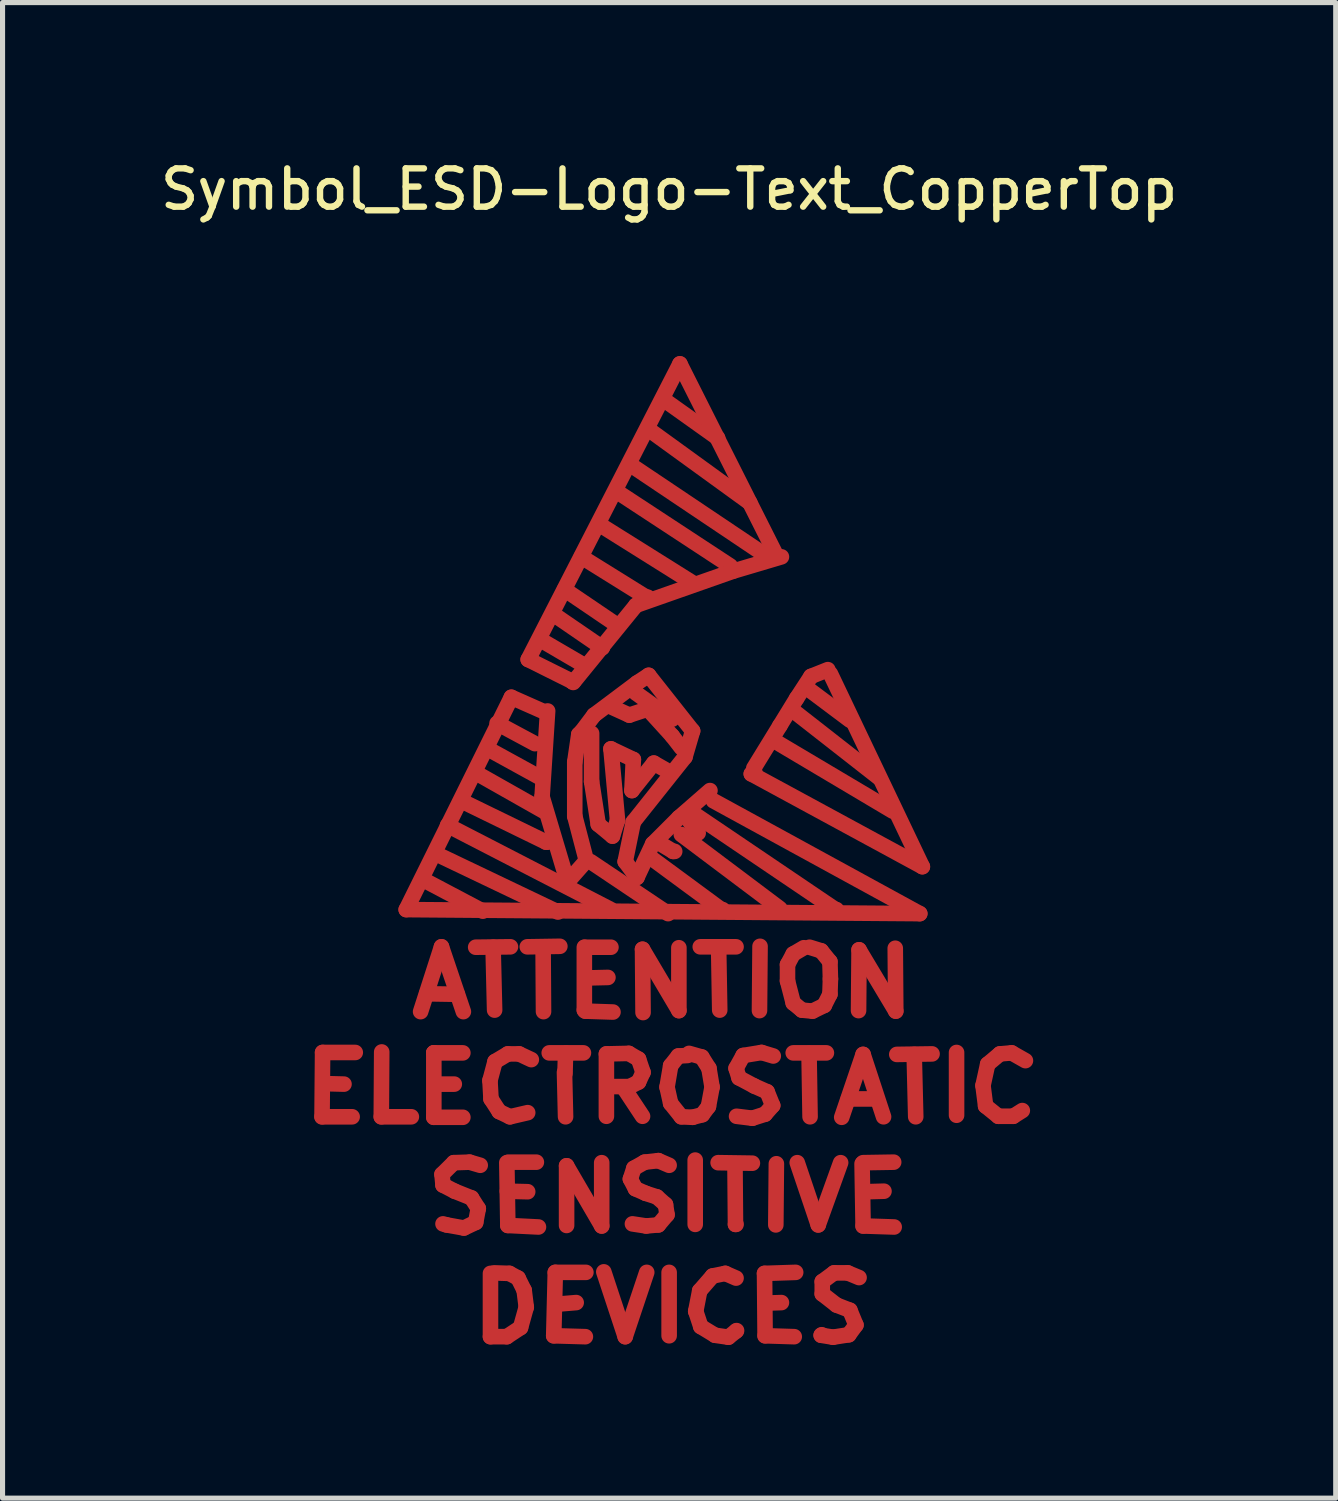
<source format=kicad_pcb>
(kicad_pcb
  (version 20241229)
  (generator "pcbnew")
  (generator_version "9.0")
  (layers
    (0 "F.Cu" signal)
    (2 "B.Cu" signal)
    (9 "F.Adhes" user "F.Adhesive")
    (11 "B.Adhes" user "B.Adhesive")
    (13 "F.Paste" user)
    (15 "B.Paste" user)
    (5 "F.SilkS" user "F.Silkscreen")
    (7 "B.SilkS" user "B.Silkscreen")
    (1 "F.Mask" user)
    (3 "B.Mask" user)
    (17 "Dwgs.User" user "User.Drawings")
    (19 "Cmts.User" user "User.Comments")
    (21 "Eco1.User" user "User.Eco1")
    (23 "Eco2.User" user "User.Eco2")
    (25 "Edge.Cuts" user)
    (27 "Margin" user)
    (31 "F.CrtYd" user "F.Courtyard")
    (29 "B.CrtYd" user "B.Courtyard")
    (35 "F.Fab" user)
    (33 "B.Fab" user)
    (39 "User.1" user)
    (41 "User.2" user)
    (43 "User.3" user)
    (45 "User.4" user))
  (footprint "Symbol_ESD-Logo-Text_CopperTop"
    (layer "F.Cu")
    (at 10.059 11.458)
    (property "Reference" "Symbol_ESD-Logo-Text_CopperTop" (at 0 -10.8 0) (layer "F.SilkS") (effects (font (size 0.75 0.75) (thickness 0.125))))
    (attr exclude_from_pos_files exclude_from_bom allow_missing_courtyard)
    (fp_line (start -6.8 7.371) (end -6.21 7.371) (stroke (width 0.305) (type solid)) (layer "F.Cu"))
    (fp_line (start -6.789 6.111) (end -6.8 7.371) (stroke (width 0.305) (type solid)) (layer "F.Cu"))
    (fp_line (start -6.37 6.731) (end -6.749 6.721) (stroke (width 0.305) (type solid)) (layer "F.Cu"))
    (fp_line (start -6.149 6.111) (end -6.789 6.111) (stroke (width 0.305) (type solid)) (layer "F.Cu"))
    (fp_line (start -5.639 7.371) (end -5.05 7.371) (stroke (width 0.305) (type solid)) (layer "F.Cu"))
    (fp_line (start -5.631 6.101) (end -5.639 7.371) (stroke (width 0.305) (type solid)) (layer "F.Cu"))
    (fp_line (start -5.151 3.312) (end 4.91 3.391) (stroke (width 0.305) (type solid)) (layer "F.Cu"))
    (fp_line (start -4.869 5.311) (end -4.46 4.041) (stroke (width 0.305) (type solid)) (layer "F.Cu"))
    (fp_line (start -4.77 2.751) (end -3.65 3.343) (stroke (width 0.305) (type solid)) (layer "F.Cu"))
    (fp_line (start -4.75 4.961) (end -4.15 4.971) (stroke (width 0.305) (type solid)) (layer "F.Cu"))
    (fp_line (start -4.61 6.119) (end -4.61 7.381) (stroke (width 0.305) (type solid)) (layer "F.Cu"))
    (fp_line (start -4.61 6.119) (end -4.041 6.119) (stroke (width 0.305) (type solid)) (layer "F.Cu"))
    (fp_line (start -4.61 7.381) (end -4.041 7.381) (stroke (width 0.305) (type solid)) (layer "F.Cu"))
    (fp_line (start -4.6 6.129) (end -4.61 6.119) (stroke (width 0.305) (type solid)) (layer "F.Cu"))
    (fp_line (start -4.559 2.223) (end -2.179 3.36) (stroke (width 0.305) (type solid)) (layer "F.Cu"))
    (fp_line (start -4.559 6.731) (end -4.209 6.731) (stroke (width 0.305) (type solid)) (layer "F.Cu"))
    (fp_line (start -4.46 4.041) (end -4.031 5.311) (stroke (width 0.305) (type solid)) (layer "F.Cu"))
    (fp_line (start -4.45 8.499) (end -4.43 8.71) (stroke (width 0.305) (type solid)) (layer "F.Cu"))
    (fp_line (start -4.43 8.71) (end -4.201 8.829) (stroke (width 0.305) (type solid)) (layer "F.Cu"))
    (fp_line (start -4.361 9.489) (end -4.43 9.469) (stroke (width 0.305) (type solid)) (layer "F.Cu"))
    (fp_line (start -4.341 1.661) (end -1.14 3.312) (stroke (width 0.305) (type solid)) (layer "F.Cu"))
    (fp_line (start -4.219 8.27) (end -4.45 8.499) (stroke (width 0.305) (type solid)) (layer "F.Cu"))
    (fp_line (start -4.201 8.829) (end -3.871 8.961) (stroke (width 0.305) (type solid)) (layer "F.Cu"))
    (fp_line (start -4.031 1.201) (end -2.41 1.991) (stroke (width 0.305) (type solid)) (layer "F.Cu"))
    (fp_line (start -4.021 9.55) (end -4.361 9.489) (stroke (width 0.305) (type solid)) (layer "F.Cu"))
    (fp_line (start -3.909 8.26) (end -4.219 8.27) (stroke (width 0.305) (type solid)) (layer "F.Cu"))
    (fp_line (start -3.871 8.961) (end -3.739 9.169) (stroke (width 0.305) (type solid)) (layer "F.Cu"))
    (fp_line (start -3.79 4.049) (end -3.109 4.041) (stroke (width 0.305) (type solid)) (layer "F.Cu"))
    (fp_line (start -3.79 9.441) (end -4.021 9.55) (stroke (width 0.305) (type solid)) (layer "F.Cu"))
    (fp_line (start -3.749 0.653) (end -2.461 1.382) (stroke (width 0.305) (type solid)) (layer "F.Cu"))
    (fp_line (start -3.739 9.169) (end -3.79 9.441) (stroke (width 0.305) (type solid)) (layer "F.Cu"))
    (fp_line (start -3.701 8.321) (end -3.909 8.26) (stroke (width 0.305) (type solid)) (layer "F.Cu"))
    (fp_line (start -3.551 0.163) (end -2.479 0.752) (stroke (width 0.305) (type solid)) (layer "F.Cu"))
    (fp_line (start -3.51 6.66) (end -3.49 7.021) (stroke (width 0.305) (type solid)) (layer "F.Cu"))
    (fp_line (start -3.5 10.439) (end -3.5 11.679) (stroke (width 0.305) (type solid)) (layer "F.Cu"))
    (fp_line (start -3.5 11.679) (end -3.18 11.679) (stroke (width 0.305) (type solid)) (layer "F.Cu"))
    (fp_line (start -3.49 7.021) (end -3.33 7.269) (stroke (width 0.305) (type solid)) (layer "F.Cu"))
    (fp_line (start -3.449 4.049) (end -3.419 5.281) (stroke (width 0.305) (type solid)) (layer "F.Cu"))
    (fp_line (start -3.411 6.289) (end -3.51 6.66) (stroke (width 0.305) (type solid)) (layer "F.Cu"))
    (fp_line (start -3.371 -0.338) (end -2.629 0.061) (stroke (width 0.305) (type solid)) (layer "F.Cu"))
    (fp_line (start -3.33 7.269) (end -3.119 7.371) (stroke (width 0.305) (type solid)) (layer "F.Cu"))
    (fp_line (start -3.18 11.679) (end -2.911 11.501) (stroke (width 0.305) (type solid)) (layer "F.Cu"))
    (fp_line (start -3.16 6.139) (end -3.411 6.289) (stroke (width 0.305) (type solid)) (layer "F.Cu"))
    (fp_line (start -3.16 9.5) (end -3.18 8.27) (stroke (width 0.305) (type solid)) (layer "F.Cu"))
    (fp_line (start -3.129 10.439) (end -3.429 10.429) (stroke (width 0.305) (type solid)) (layer "F.Cu"))
    (fp_line (start -3.119 7.371) (end -2.771 7.29) (stroke (width 0.305) (type solid)) (layer "F.Cu"))
    (fp_line (start -3.091 -0.848) (end -5.151 3.312) (stroke (width 0.305) (type solid)) (layer "F.Cu"))
    (fp_line (start -2.959 10.531) (end -3.129 10.439) (stroke (width 0.305) (type solid)) (layer "F.Cu"))
    (fp_line (start -2.939 6.139) (end -3.16 6.139) (stroke (width 0.305) (type solid)) (layer "F.Cu"))
    (fp_line (start -2.911 11.501) (end -2.799 11.1) (stroke (width 0.305) (type solid)) (layer "F.Cu"))
    (fp_line (start -2.84 10.77) (end -2.959 10.531) (stroke (width 0.305) (type solid)) (layer "F.Cu"))
    (fp_line (start -2.799 11.1) (end -2.84 10.77) (stroke (width 0.305) (type solid)) (layer "F.Cu"))
    (fp_line (start -2.779 4.041) (end -2.141 4.031) (stroke (width 0.305) (type solid)) (layer "F.Cu"))
    (fp_line (start -2.771 8.839) (end -3.17 8.829) (stroke (width 0.305) (type solid)) (layer "F.Cu"))
    (fp_line (start -2.761 -1.587) (end -1.9 -1.158) (stroke (width 0.305) (type solid)) (layer "F.Cu"))
    (fp_line (start -2.7 6.251) (end -2.939 6.139) (stroke (width 0.305) (type solid)) (layer "F.Cu"))
    (fp_line (start -2.601 8.26) (end -3.15 8.26) (stroke (width 0.305) (type solid)) (layer "F.Cu"))
    (fp_line (start -2.56 9.53) (end -3.16 9.5) (stroke (width 0.305) (type solid)) (layer "F.Cu"))
    (fp_line (start -2.51 -1.968) (end -1.689 -1.488) (stroke (width 0.305) (type solid)) (layer "F.Cu"))
    (fp_line (start -2.489 1.102) (end -1.991 2.771) (stroke (width 0.305) (type solid)) (layer "F.Cu"))
    (fp_line (start -2.461 -0.569) (end -3.091 -0.848) (stroke (width 0.305) (type solid)) (layer "F.Cu"))
    (fp_line (start -2.461 5.311) (end -2.469 4.059) (stroke (width 0.305) (type solid)) (layer "F.Cu"))
    (fp_line (start -2.41 1.991) (end -2.38 1.991) (stroke (width 0.305) (type solid)) (layer "F.Cu"))
    (fp_line (start -2.38 -0.579) (end -2.489 1.102) (stroke (width 0.305) (type solid)) (layer "F.Cu"))
    (fp_line (start -2.349 6.119) (end -1.679 6.119) (stroke (width 0.305) (type solid)) (layer "F.Cu"))
    (fp_line (start -2.261 11.661) (end -1.641 11.679) (stroke (width 0.305) (type solid)) (layer "F.Cu"))
    (fp_line (start -2.23 -2.449) (end -1.311 -1.819) (stroke (width 0.305) (type solid)) (layer "F.Cu"))
    (fp_line (start -2.23 10.419) (end -2.261 11.661) (stroke (width 0.305) (type solid)) (layer "F.Cu"))
    (fp_line (start -2.159 11.039) (end -2.159 11.021) (stroke (width 0.305) (type solid)) (layer "F.Cu"))
    (fp_line (start -2.05 -2.959) (end -1.031 -2.268) (stroke (width 0.305) (type solid)) (layer "F.Cu"))
    (fp_line (start -2.05 6.5) (end -2.029 7.371) (stroke (width 0.305) (type solid)) (layer "F.Cu"))
    (fp_line (start -2.04 6.52) (end -2.029 6.129) (stroke (width 0.305) (type solid)) (layer "F.Cu"))
    (fp_line (start -2.029 6.129) (end -2.009 6.129) (stroke (width 0.305) (type solid)) (layer "F.Cu"))
    (fp_line (start -2.009 8.331) (end -1.321 9.51) (stroke (width 0.305) (type solid)) (layer "F.Cu"))
    (fp_line (start -2.009 9.5) (end -2.009 8.331) (stroke (width 0.305) (type solid)) (layer "F.Cu"))
    (fp_line (start -1.991 2.771) (end -1.621 2.352) (stroke (width 0.305) (type solid)) (layer "F.Cu"))
    (fp_line (start -1.9 -1.158) (end -1.869 -1.158) (stroke (width 0.305) (type solid)) (layer "F.Cu"))
    (fp_line (start -1.849 0.422) (end -1.77 -0.119) (stroke (width 0.305) (type solid)) (layer "F.Cu"))
    (fp_line (start -1.849 1.481) (end -1.849 0.422) (stroke (width 0.305) (type solid)) (layer "F.Cu"))
    (fp_line (start -1.821 11.011) (end -2.159 11.039) (stroke (width 0.305) (type solid)) (layer "F.Cu"))
    (fp_line (start -1.77 -0.119) (end -1.72 -0.168) (stroke (width 0.305) (type solid)) (layer "F.Cu"))
    (fp_line (start -1.72 -3.599) (end -0.45 -2.809) (stroke (width 0.305) (type solid)) (layer "F.Cu"))
    (fp_line (start -1.72 -0.168) (end -1.471 -0.498) (stroke (width 0.305) (type solid)) (layer "F.Cu"))
    (fp_line (start -1.661 4.049) (end -1.661 5.281) (stroke (width 0.305) (type solid)) (layer "F.Cu"))
    (fp_line (start -1.661 5.281) (end -1.651 5.281) (stroke (width 0.305) (type solid)) (layer "F.Cu"))
    (fp_line (start -1.651 4.049) (end -1.14 4.049) (stroke (width 0.305) (type solid)) (layer "F.Cu"))
    (fp_line (start -1.641 5.301) (end -1.631 5.301) (stroke (width 0.305) (type solid)) (layer "F.Cu"))
    (fp_line (start -1.631 10.419) (end -2.23 10.419) (stroke (width 0.305) (type solid)) (layer "F.Cu"))
    (fp_line (start -1.621 2.352) (end -1.849 1.481) (stroke (width 0.305) (type solid)) (layer "F.Cu"))
    (fp_line (start -1.621 4.651) (end -1.6 4.651) (stroke (width 0.305) (type solid)) (layer "F.Cu"))
    (fp_line (start -1.539 2.372) (end -0.02 3.391) (stroke (width 0.305) (type solid)) (layer "F.Cu"))
    (fp_line (start -1.519 -0.14) (end -1.519 0.803) (stroke (width 0.305) (type solid)) (layer "F.Cu"))
    (fp_line (start -1.519 0.803) (end -1.389 1.641) (stroke (width 0.305) (type solid)) (layer "F.Cu"))
    (fp_line (start -1.471 -0.498) (end -0.63 -1.128) (stroke (width 0.305) (type solid)) (layer "F.Cu"))
    (fp_line (start -1.389 1.641) (end -1.11 1.872) (stroke (width 0.305) (type solid)) (layer "F.Cu"))
    (fp_line (start -1.359 -4.229) (end 0.46 -3.089) (stroke (width 0.305) (type solid)) (layer "F.Cu"))
    (fp_line (start -1.321 9.51) (end -1.321 8.27) (stroke (width 0.305) (type solid)) (layer "F.Cu"))
    (fp_line (start -1.311 -1.819) (end -1.311 -1.839) (stroke (width 0.305) (type solid)) (layer "F.Cu"))
    (fp_line (start -1.28 10.409) (end -0.861 11.679) (stroke (width 0.305) (type solid)) (layer "F.Cu"))
    (fp_line (start -1.229 6.139) (end -0.79 6.129) (stroke (width 0.305) (type solid)) (layer "F.Cu"))
    (fp_line (start -1.229 7.361) (end -1.229 6.139) (stroke (width 0.305) (type solid)) (layer "F.Cu"))
    (fp_line (start -1.199 4.641) (end -1.621 4.651) (stroke (width 0.305) (type solid)) (layer "F.Cu"))
    (fp_line (start -1.171 6.779) (end -1.161 6.779) (stroke (width 0.305) (type solid)) (layer "F.Cu"))
    (fp_line (start -1.14 0.163) (end -0.701 0.371) (stroke (width 0.305) (type solid)) (layer "F.Cu"))
    (fp_line (start -1.11 -0.648) (end -0.78 -0.498) (stroke (width 0.305) (type solid)) (layer "F.Cu"))
    (fp_line (start -1.11 1.872) (end -1.011 1.562) (stroke (width 0.305) (type solid)) (layer "F.Cu"))
    (fp_line (start -1.1 5.319) (end -1.641 5.301) (stroke (width 0.305) (type solid)) (layer "F.Cu"))
    (fp_line (start -1.011 -4.869) (end 1.199 -3.419) (stroke (width 0.305) (type solid)) (layer "F.Cu"))
    (fp_line (start -1.011 1.562) (end -1.14 0.163) (stroke (width 0.305) (type solid)) (layer "F.Cu"))
    (fp_line (start -0.879 6.82) (end -0.521 7.361) (stroke (width 0.305) (type solid)) (layer "F.Cu"))
    (fp_line (start -0.861 2.372) (end -0.63 2.682) (stroke (width 0.305) (type solid)) (layer "F.Cu"))
    (fp_line (start -0.861 11.679) (end -0.439 10.419) (stroke (width 0.305) (type solid)) (layer "F.Cu"))
    (fp_line (start -0.79 6.129) (end -0.599 6.241) (stroke (width 0.305) (type solid)) (layer "F.Cu"))
    (fp_line (start -0.78 -0.498) (end -0.419 -0.617) (stroke (width 0.305) (type solid)) (layer "F.Cu"))
    (fp_line (start -0.77 6.779) (end -1.171 6.779) (stroke (width 0.305) (type solid)) (layer "F.Cu"))
    (fp_line (start -0.759 8.59) (end -0.66 8.781) (stroke (width 0.305) (type solid)) (layer "F.Cu"))
    (fp_line (start -0.749 -5.397) (end 1.859 -3.647) (stroke (width 0.305) (type solid)) (layer "F.Cu"))
    (fp_line (start -0.729 0.98) (end -0.3 0.442) (stroke (width 0.305) (type solid)) (layer "F.Cu"))
    (fp_line (start -0.701 0.371) (end -0.729 0.98) (stroke (width 0.305) (type solid)) (layer "F.Cu"))
    (fp_line (start -0.701 1.593) (end -0.861 2.372) (stroke (width 0.305) (type solid)) (layer "F.Cu"))
    (fp_line (start -0.691 8.379) (end -0.759 8.59) (stroke (width 0.305) (type solid)) (layer "F.Cu"))
    (fp_line (start -0.66 8.781) (end -0.46 8.87) (stroke (width 0.305) (type solid)) (layer "F.Cu"))
    (fp_line (start -0.65 -2.649) (end -1.88 -1.138) (stroke (width 0.305) (type solid)) (layer "F.Cu"))
    (fp_line (start -0.65 -0.93) (end 0.061 -0.419) (stroke (width 0.305) (type solid)) (layer "F.Cu"))
    (fp_line (start -0.63 -1.128) (end -0.401 -1.278) (stroke (width 0.305) (type solid)) (layer "F.Cu"))
    (fp_line (start -0.63 2.682) (end -0.32 2.022) (stroke (width 0.305) (type solid)) (layer "F.Cu"))
    (fp_line (start -0.599 6.241) (end -0.511 6.5) (stroke (width 0.305) (type solid)) (layer "F.Cu"))
    (fp_line (start -0.599 6.69) (end -0.77 6.779) (stroke (width 0.305) (type solid)) (layer "F.Cu"))
    (fp_line (start -0.521 4.089) (end 0.191 5.291) (stroke (width 0.305) (type solid)) (layer "F.Cu"))
    (fp_line (start -0.511 5.329) (end -0.521 4.089) (stroke (width 0.305) (type solid)) (layer "F.Cu"))
    (fp_line (start -0.511 6.5) (end -0.599 6.69) (stroke (width 0.305) (type solid)) (layer "F.Cu"))
    (fp_line (start -0.48 8.26) (end -0.691 8.379) (stroke (width 0.305) (type solid)) (layer "F.Cu"))
    (fp_line (start -0.46 8.87) (end -0.239 8.941) (stroke (width 0.305) (type solid)) (layer "F.Cu"))
    (fp_line (start -0.45 -2.809) (end -0.419 -2.809) (stroke (width 0.305) (type solid)) (layer "F.Cu"))
    (fp_line (start -0.45 9.51) (end -0.719 9.469) (stroke (width 0.305) (type solid)) (layer "F.Cu"))
    (fp_line (start -0.419 -0.617) (end 0.061 -0.089) (stroke (width 0.305) (type solid)) (layer "F.Cu"))
    (fp_line (start -0.401 -1.278) (end 0.46 -0.188) (stroke (width 0.305) (type solid)) (layer "F.Cu"))
    (fp_line (start -0.351 -6.058) (end 1.58 -4.658) (stroke (width 0.305) (type solid)) (layer "F.Cu"))
    (fp_line (start -0.351 2.301) (end 1.021 3.312) (stroke (width 0.305) (type solid)) (layer "F.Cu"))
    (fp_line (start -0.32 2.022) (end 0.191 1.511) (stroke (width 0.305) (type solid)) (layer "F.Cu"))
    (fp_line (start -0.3 0.442) (end -0.071 0.572) (stroke (width 0.305) (type solid)) (layer "F.Cu"))
    (fp_line (start -0.239 8.941) (end -0.071 9.091) (stroke (width 0.305) (type solid)) (layer "F.Cu"))
    (fp_line (start -0.221 1.991) (end 0.079 2.172) (stroke (width 0.305) (type solid)) (layer "F.Cu"))
    (fp_line (start -0.211 8.23) (end -0.48 8.26) (stroke (width 0.305) (type solid)) (layer "F.Cu"))
    (fp_line (start -0.211 9.489) (end -0.45 9.51) (stroke (width 0.305) (type solid)) (layer "F.Cu"))
    (fp_line (start -0.089 -6.668) (end 0.95 -5.928) (stroke (width 0.305) (type solid)) (layer "F.Cu"))
    (fp_line (start -0.071 9.091) (end -0.041 9.289) (stroke (width 0.305) (type solid)) (layer "F.Cu"))
    (fp_line (start -0.041 6.789) (end 0.03 6.37) (stroke (width 0.305) (type solid)) (layer "F.Cu"))
    (fp_line (start -0.041 9.289) (end -0.211 9.489) (stroke (width 0.305) (type solid)) (layer "F.Cu"))
    (fp_line (start 0 8.321) (end -0.211 8.23) (stroke (width 0.305) (type solid)) (layer "F.Cu"))
    (fp_line (start 0 10.419) (end 0 11.661) (stroke (width 0.305) (type solid)) (layer "F.Cu"))
    (fp_line (start 0.03 6.37) (end 0.18 6.18) (stroke (width 0.305) (type solid)) (layer "F.Cu"))
    (fp_line (start 0.03 7.109) (end -0.041 6.789) (stroke (width 0.305) (type solid)) (layer "F.Cu"))
    (fp_line (start 0.061 -0.089) (end 0.239 0.142) (stroke (width 0.305) (type solid)) (layer "F.Cu"))
    (fp_line (start 0.079 2.172) (end 0.109 2.172) (stroke (width 0.305) (type solid)) (layer "F.Cu"))
    (fp_line (start 0.18 6.18) (end 0.361 6.17) (stroke (width 0.305) (type solid)) (layer "F.Cu"))
    (fp_line (start 0.191 1.511) (end 0.8 0.98) (stroke (width 0.305) (type solid)) (layer "F.Cu"))
    (fp_line (start 0.191 5.291) (end 0.191 4.059) (stroke (width 0.305) (type solid)) (layer "F.Cu"))
    (fp_line (start 0.211 -7.379) (end -2.761 -1.587) (stroke (width 0.305) (type solid)) (layer "F.Cu"))
    (fp_line (start 0.239 1.841) (end 2.169 3.292) (stroke (width 0.305) (type solid)) (layer "F.Cu"))
    (fp_line (start 0.239 7.371) (end 0.03 7.109) (stroke (width 0.305) (type solid)) (layer "F.Cu"))
    (fp_line (start 0.31 0.323) (end -0.701 1.593) (stroke (width 0.305) (type solid)) (layer "F.Cu"))
    (fp_line (start 0.31 1.46) (end 0.569 1.811) (stroke (width 0.305) (type solid)) (layer "F.Cu"))
    (fp_line (start 0.391 6.129) (end 0.64 6.2) (stroke (width 0.305) (type solid)) (layer "F.Cu"))
    (fp_line (start 0.46 -0.188) (end 0.31 0.323) (stroke (width 0.305) (type solid)) (layer "F.Cu"))
    (fp_line (start 0.46 7.381) (end 0.239 7.371) (stroke (width 0.305) (type solid)) (layer "F.Cu"))
    (fp_line (start 0.511 8.219) (end 0.511 9.479) (stroke (width 0.305) (type solid)) (layer "F.Cu"))
    (fp_line (start 0.521 1.46) (end 3.259 3.312) (stroke (width 0.305) (type solid)) (layer "F.Cu"))
    (fp_line (start 0.521 11.181) (end 0.62 11.481) (stroke (width 0.305) (type solid)) (layer "F.Cu"))
    (fp_line (start 0.599 10.78) (end 0.521 11.181) (stroke (width 0.305) (type solid)) (layer "F.Cu"))
    (fp_line (start 0.61 4.041) (end 1.311 4.041) (stroke (width 0.305) (type solid)) (layer "F.Cu"))
    (fp_line (start 0.62 11.481) (end 0.899 11.651) (stroke (width 0.305) (type solid)) (layer "F.Cu"))
    (fp_line (start 0.64 6.2) (end 0.78 6.421) (stroke (width 0.305) (type solid)) (layer "F.Cu"))
    (fp_line (start 0.65 7.33) (end 0.46 7.381) (stroke (width 0.305) (type solid)) (layer "F.Cu"))
    (fp_line (start 0.77 7.17) (end 0.65 7.33) (stroke (width 0.305) (type solid)) (layer "F.Cu"))
    (fp_line (start 0.78 6.421) (end 0.841 6.789) (stroke (width 0.305) (type solid)) (layer "F.Cu"))
    (fp_line (start 0.841 6.789) (end 0.77 7.17) (stroke (width 0.305) (type solid)) (layer "F.Cu"))
    (fp_line (start 0.851 10.49) (end 0.599 10.78) (stroke (width 0.305) (type solid)) (layer "F.Cu"))
    (fp_line (start 0.899 11.651) (end 1.161 11.689) (stroke (width 0.305) (type solid)) (layer "F.Cu"))
    (fp_line (start 0.96 8.27) (end 1.631 8.28) (stroke (width 0.305) (type solid)) (layer "F.Cu"))
    (fp_line (start 0.97 4.069) (end 0.991 5.281) (stroke (width 0.305) (type solid)) (layer "F.Cu"))
    (fp_line (start 1.021 3.312) (end 1.049 3.312) (stroke (width 0.305) (type solid)) (layer "F.Cu"))
    (fp_line (start 1.1 10.439) (end 0.851 10.49) (stroke (width 0.305) (type solid)) (layer "F.Cu"))
    (fp_line (start 1.161 11.689) (end 1.311 11.57) (stroke (width 0.305) (type solid)) (layer "F.Cu"))
    (fp_line (start 1.25 -3.317) (end -0.65 -2.649) (stroke (width 0.305) (type solid)) (layer "F.Cu"))
    (fp_line (start 1.29 8.291) (end 1.3 9.479) (stroke (width 0.305) (type solid)) (layer "F.Cu"))
    (fp_line (start 1.3 9.479) (end 1.311 9.479) (stroke (width 0.305) (type solid)) (layer "F.Cu"))
    (fp_line (start 1.311 6.421) (end 1.369 6.609) (stroke (width 0.305) (type solid)) (layer "F.Cu"))
    (fp_line (start 1.311 10.531) (end 1.1 10.439) (stroke (width 0.305) (type solid)) (layer "F.Cu"))
    (fp_line (start 1.311 11.57) (end 1.321 11.56) (stroke (width 0.305) (type solid)) (layer "F.Cu"))
    (fp_line (start 1.369 6.609) (end 1.669 6.769) (stroke (width 0.305) (type solid)) (layer "F.Cu"))
    (fp_line (start 1.45 6.17) (end 1.311 6.421) (stroke (width 0.305) (type solid)) (layer "F.Cu"))
    (fp_line (start 1.61 0.653) (end 1.679 0.622) (stroke (width 0.305) (type solid)) (layer "F.Cu"))
    (fp_line (start 1.631 7.399) (end 1.321 7.361) (stroke (width 0.305) (type solid)) (layer "F.Cu"))
    (fp_line (start 1.659 0.541) (end 2.169 -0.29) (stroke (width 0.305) (type solid)) (layer "F.Cu"))
    (fp_line (start 1.669 6.769) (end 1.92 6.881) (stroke (width 0.305) (type solid)) (layer "F.Cu"))
    (fp_line (start 1.781 4.031) (end 1.77 5.291) (stroke (width 0.305) (type solid)) (layer "F.Cu"))
    (fp_line (start 1.811 6.111) (end 1.45 6.17) (stroke (width 0.305) (type solid)) (layer "F.Cu"))
    (fp_line (start 1.869 10.439) (end 1.88 11.661) (stroke (width 0.305) (type solid)) (layer "F.Cu"))
    (fp_line (start 1.88 7.32) (end 1.631 7.399) (stroke (width 0.305) (type solid)) (layer "F.Cu"))
    (fp_line (start 1.88 11.661) (end 2.451 11.679) (stroke (width 0.305) (type solid)) (layer "F.Cu"))
    (fp_line (start 1.92 6.881) (end 2.029 7.15) (stroke (width 0.305) (type solid)) (layer "F.Cu"))
    (fp_line (start 2.029 7.15) (end 1.88 7.32) (stroke (width 0.305) (type solid)) (layer "F.Cu"))
    (fp_line (start 2.04 6.18) (end 1.811 6.111) (stroke (width 0.305) (type solid)) (layer "F.Cu"))
    (fp_line (start 2.09 -3.647) (end 0.211 -7.379) (stroke (width 0.305) (type solid)) (layer "F.Cu"))
    (fp_line (start 2.101 8.291) (end 2.09 9.489) (stroke (width 0.305) (type solid)) (layer "F.Cu"))
    (fp_line (start 2.121 0.041) (end 4.379 1.382) (stroke (width 0.305) (type solid)) (layer "F.Cu"))
    (fp_line (start 2.169 -0.29) (end 2.499 -0.828) (stroke (width 0.305) (type solid)) (layer "F.Cu"))
    (fp_line (start 2.2 -3.599) (end 1.25 -3.317) (stroke (width 0.305) (type solid)) (layer "F.Cu"))
    (fp_line (start 2.2 11.011) (end 1.89 11.021) (stroke (width 0.305) (type solid)) (layer "F.Cu"))
    (fp_line (start 2.319 4.389) (end 2.431 4.181) (stroke (width 0.305) (type solid)) (layer "F.Cu"))
    (fp_line (start 2.319 4.709) (end 2.319 4.389) (stroke (width 0.305) (type solid)) (layer "F.Cu"))
    (fp_line (start 2.431 4.181) (end 2.639 4.059) (stroke (width 0.305) (type solid)) (layer "F.Cu"))
    (fp_line (start 2.431 5.141) (end 2.319 4.709) (stroke (width 0.305) (type solid)) (layer "F.Cu"))
    (fp_line (start 2.431 6.119) (end 3.081 6.119) (stroke (width 0.305) (type solid)) (layer "F.Cu"))
    (fp_line (start 2.451 -0.569) (end 4.1 0.721) (stroke (width 0.305) (type solid)) (layer "F.Cu"))
    (fp_line (start 2.479 10.419) (end 1.869 10.439) (stroke (width 0.305) (type solid)) (layer "F.Cu"))
    (fp_line (start 2.499 -0.828) (end 2.779 -1.257) (stroke (width 0.305) (type solid)) (layer "F.Cu"))
    (fp_line (start 2.51 8.27) (end 2.921 9.489) (stroke (width 0.305) (type solid)) (layer "F.Cu"))
    (fp_line (start 2.601 5.281) (end 2.431 5.141) (stroke (width 0.305) (type solid)) (layer "F.Cu"))
    (fp_line (start 2.7 -1.029) (end 3.541 -0.399) (stroke (width 0.305) (type solid)) (layer "F.Cu"))
    (fp_line (start 2.741 6.129) (end 2.761 7.371) (stroke (width 0.305) (type solid)) (layer "F.Cu"))
    (fp_line (start 2.751 4.049) (end 2.979 4.12) (stroke (width 0.305) (type solid)) (layer "F.Cu"))
    (fp_line (start 2.779 -1.257) (end 3.109 -1.389) (stroke (width 0.305) (type solid)) (layer "F.Cu"))
    (fp_line (start 2.809 5.301) (end 2.601 5.281) (stroke (width 0.305) (type solid)) (layer "F.Cu"))
    (fp_line (start 2.921 9.489) (end 3.36 8.27) (stroke (width 0.305) (type solid)) (layer "F.Cu"))
    (fp_line (start 2.979 4.12) (end 3.15 4.331) (stroke (width 0.305) (type solid)) (layer "F.Cu"))
    (fp_line (start 2.979 11.651) (end 2.99 11.641) (stroke (width 0.305) (type solid)) (layer "F.Cu"))
    (fp_line (start 3 10.599) (end 3 10.841) (stroke (width 0.305) (type solid)) (layer "F.Cu"))
    (fp_line (start 3 10.841) (end 3.279 11.059) (stroke (width 0.305) (type solid)) (layer "F.Cu"))
    (fp_line (start 3.04 5.189) (end 2.809 5.301) (stroke (width 0.305) (type solid)) (layer "F.Cu"))
    (fp_line (start 3.15 4.331) (end 3.16 4.671) (stroke (width 0.305) (type solid)) (layer "F.Cu"))
    (fp_line (start 3.15 4.971) (end 3.04 5.189) (stroke (width 0.305) (type solid)) (layer "F.Cu"))
    (fp_line (start 3.16 -1.308) (end 4.961 2.471) (stroke (width 0.305) (type solid)) (layer "F.Cu"))
    (fp_line (start 3.16 4.671) (end 3.15 4.971) (stroke (width 0.305) (type solid)) (layer "F.Cu"))
    (fp_line (start 3.211 11.689) (end 2.979 11.651) (stroke (width 0.305) (type solid)) (layer "F.Cu"))
    (fp_line (start 3.231 10.429) (end 3 10.599) (stroke (width 0.305) (type solid)) (layer "F.Cu"))
    (fp_line (start 3.259 3.312) (end 3.279 3.312) (stroke (width 0.305) (type solid)) (layer "F.Cu"))
    (fp_line (start 3.279 11.059) (end 3.541 11.161) (stroke (width 0.305) (type solid)) (layer "F.Cu"))
    (fp_line (start 3.381 7.381) (end 3.8 6.149) (stroke (width 0.305) (type solid)) (layer "F.Cu"))
    (fp_line (start 3.5 10.429) (end 3.231 10.429) (stroke (width 0.305) (type solid)) (layer "F.Cu"))
    (fp_line (start 3.51 7.021) (end 4.041 7.021) (stroke (width 0.305) (type solid)) (layer "F.Cu"))
    (fp_line (start 3.52 11.641) (end 3.211 11.689) (stroke (width 0.305) (type solid)) (layer "F.Cu"))
    (fp_line (start 3.541 11.161) (end 3.66 11.45) (stroke (width 0.305) (type solid)) (layer "F.Cu"))
    (fp_line (start 3.66 11.45) (end 3.52 11.641) (stroke (width 0.305) (type solid)) (layer "F.Cu"))
    (fp_line (start 3.711 5.291) (end 3.721 4.1) (stroke (width 0.305) (type solid)) (layer "F.Cu"))
    (fp_line (start 3.721 4.1) (end 4.44 5.301) (stroke (width 0.305) (type solid)) (layer "F.Cu"))
    (fp_line (start 3.721 10.521) (end 3.5 10.429) (stroke (width 0.305) (type solid)) (layer "F.Cu"))
    (fp_line (start 3.8 6.149) (end 4.201 7.371) (stroke (width 0.305) (type solid)) (layer "F.Cu"))
    (fp_line (start 3.8 9.51) (end 3.78 8.291) (stroke (width 0.305) (type solid)) (layer "F.Cu"))
    (fp_line (start 4.209 8.829) (end 3.851 8.839) (stroke (width 0.305) (type solid)) (layer "F.Cu"))
    (fp_line (start 4.399 8.26) (end 3.8 8.27) (stroke (width 0.305) (type solid)) (layer "F.Cu"))
    (fp_line (start 4.409 9.53) (end 3.8 9.51) (stroke (width 0.305) (type solid)) (layer "F.Cu"))
    (fp_line (start 4.44 5.301) (end 4.43 4.069) (stroke (width 0.305) (type solid)) (layer "F.Cu"))
    (fp_line (start 4.46 6.149) (end 5.151 6.139) (stroke (width 0.305) (type solid)) (layer "F.Cu"))
    (fp_line (start 4.801 6.149) (end 4.831 7.371) (stroke (width 0.305) (type solid)) (layer "F.Cu"))
    (fp_line (start 4.91 3.391) (end 0.869 1.181) (stroke (width 0.305) (type solid)) (layer "F.Cu"))
    (fp_line (start 4.961 2.471) (end 1.61 0.653) (stroke (width 0.305) (type solid)) (layer "F.Cu"))
    (fp_line (start 5.631 6.111) (end 5.631 7.341) (stroke (width 0.305) (type solid)) (layer "F.Cu"))
    (fp_line (start 6.149 6.759) (end 6.2 7.16) (stroke (width 0.305) (type solid)) (layer "F.Cu"))
    (fp_line (start 6.2 7.16) (end 6.449 7.361) (stroke (width 0.305) (type solid)) (layer "F.Cu"))
    (fp_line (start 6.241 6.34) (end 6.149 6.759) (stroke (width 0.305) (type solid)) (layer "F.Cu"))
    (fp_line (start 6.449 7.361) (end 6.741 7.361) (stroke (width 0.305) (type solid)) (layer "F.Cu"))
    (fp_line (start 6.48 6.139) (end 6.241 6.34) (stroke (width 0.305) (type solid)) (layer "F.Cu"))
    (fp_line (start 6.711 6.119) (end 6.48 6.139) (stroke (width 0.305) (type solid)) (layer "F.Cu"))
    (fp_line (start 6.741 7.361) (end 6.919 7.249) (stroke (width 0.305) (type solid)) (layer "F.Cu"))
    (fp_line (start 6.98 6.271) (end 6.711 6.119) (stroke (width 0.305) (type solid)) (layer "F.Cu")))
  (gr_rect
    (start -3 -3)
    (end 23.118 26.3)
    (stroke (width 0.1) (type default))
    (fill no)
    (layer "Edge.Cuts")))
</source>
